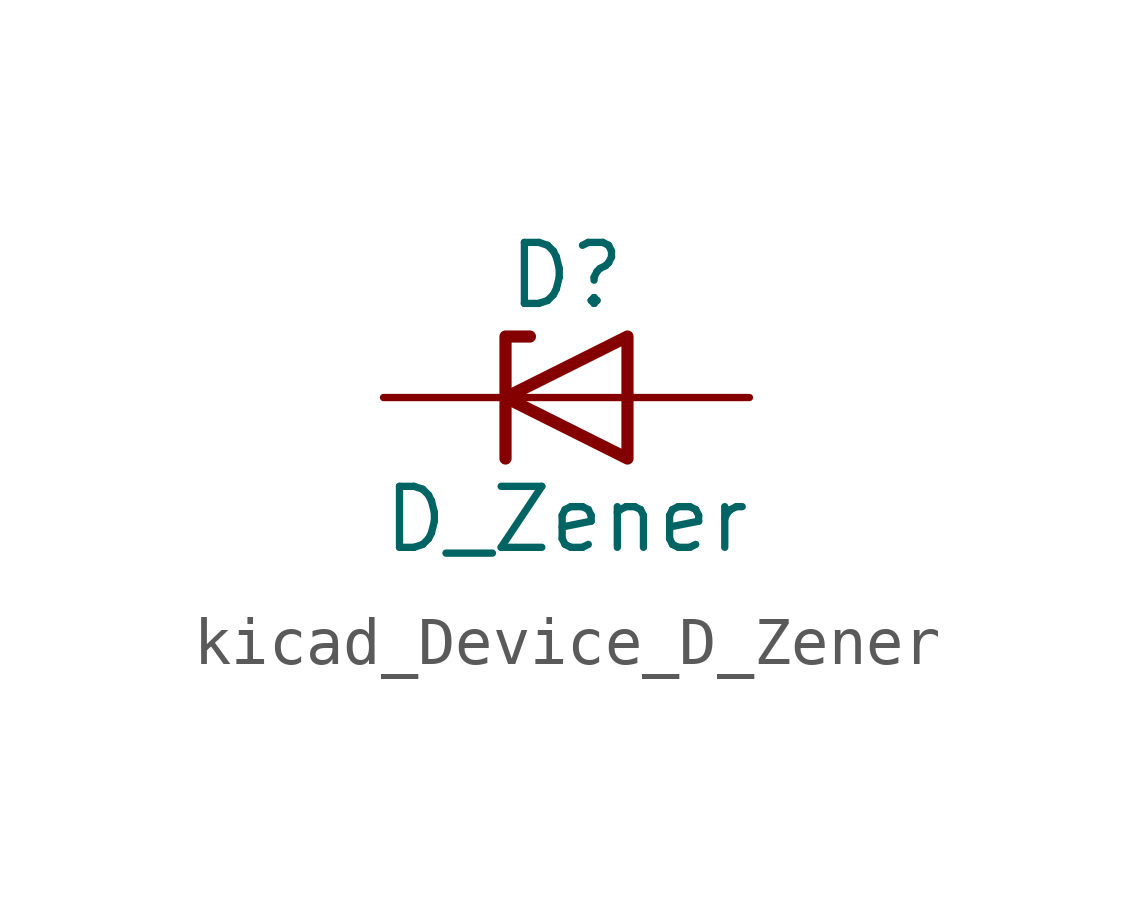
<source format=kicad_sym>
(kicad_symbol_lib
  (version 20220914)
  (generator kicad_symbol_editor)
  (symbol "kicad_Device_D_Zener"
    (pin_numbers hide)
    (pin_names
      (offset 1.016) hide)
    (property "Reference" "D"
      (at 0 2.54 0)
      (effects (font (size 1.27 1.27))))
    (property "Value" "D_Zener"
      (at 0 -2.54 0)
      (effects (font (size 1.27 1.27))))
    (symbol "kicad_Device_D_Zener_0_1"
      (polyline (pts (xy 1.27 0) (xy -1.27 0)) (stroke (width 0) (type default)) (fill (type none)))
      (polyline (pts (xy -1.27 -1.27) (xy -1.27 1.27) (xy -0.762 1.27)) (stroke (width 0.254) (type default)) (fill (type none)))
      (polyline (pts (xy 1.27 -1.27) (xy 1.27 1.27) (xy -1.27 0) (xy 1.27 -1.27)) (stroke (width 0.254) (type default)) (fill (type none))))
    (symbol "kicad_Device_D_Zener_1_1"
      (pin passive line (at -3.81 0 0) (length 2.54) (name "K" (effects (font (size 1.27 1.27)))) (number "1" (effects (font (size 1.27 1.27)))))
      (pin passive line (at 3.81 0 180) (length 2.54) (name "A" (effects (font (size 1.27 1.27)))) (number "2" (effects (font (size 1.27 1.27))))))))
</source>
